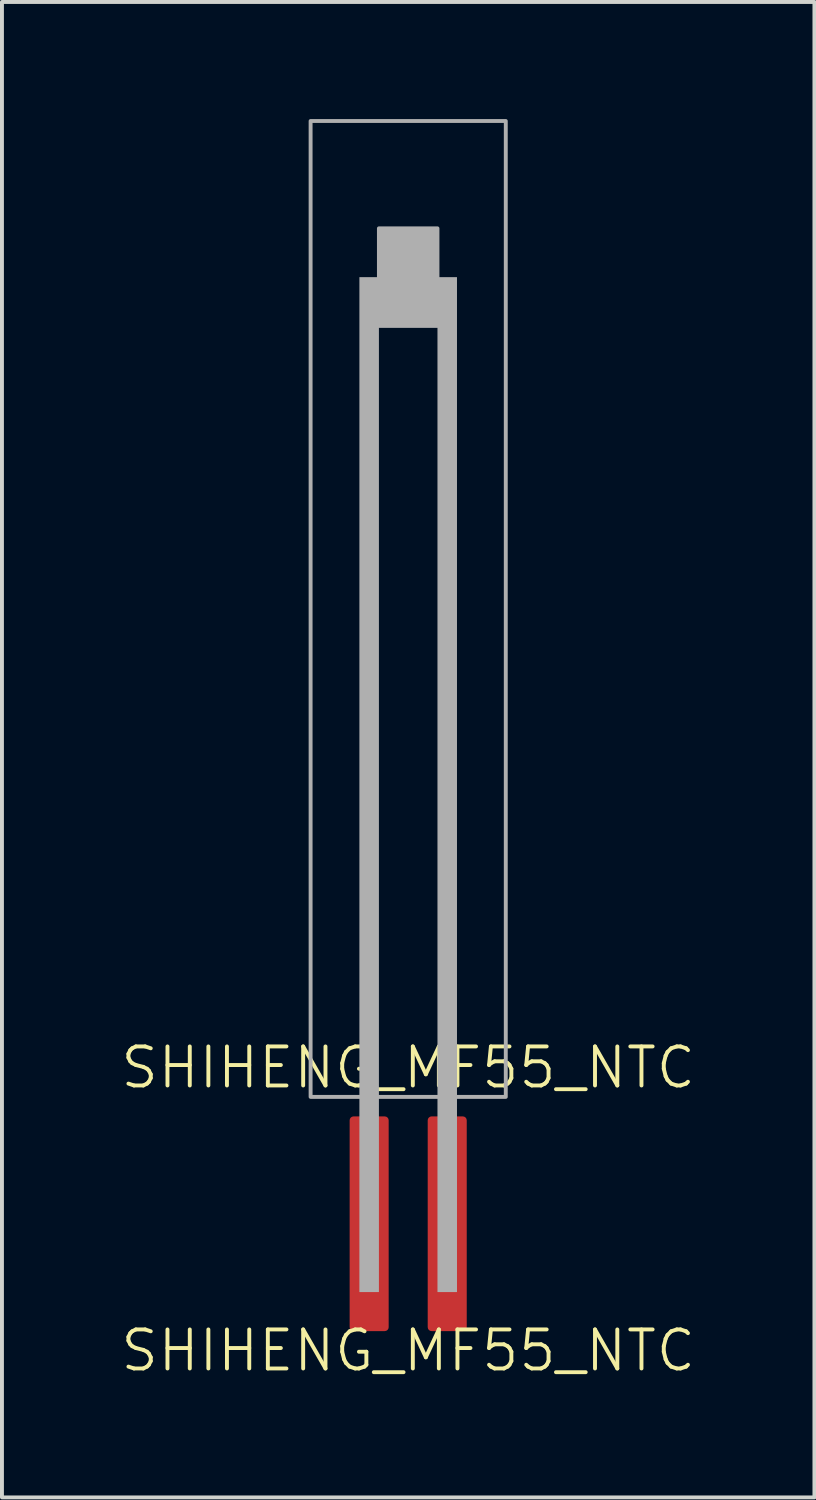
<source format=kicad_pcb>
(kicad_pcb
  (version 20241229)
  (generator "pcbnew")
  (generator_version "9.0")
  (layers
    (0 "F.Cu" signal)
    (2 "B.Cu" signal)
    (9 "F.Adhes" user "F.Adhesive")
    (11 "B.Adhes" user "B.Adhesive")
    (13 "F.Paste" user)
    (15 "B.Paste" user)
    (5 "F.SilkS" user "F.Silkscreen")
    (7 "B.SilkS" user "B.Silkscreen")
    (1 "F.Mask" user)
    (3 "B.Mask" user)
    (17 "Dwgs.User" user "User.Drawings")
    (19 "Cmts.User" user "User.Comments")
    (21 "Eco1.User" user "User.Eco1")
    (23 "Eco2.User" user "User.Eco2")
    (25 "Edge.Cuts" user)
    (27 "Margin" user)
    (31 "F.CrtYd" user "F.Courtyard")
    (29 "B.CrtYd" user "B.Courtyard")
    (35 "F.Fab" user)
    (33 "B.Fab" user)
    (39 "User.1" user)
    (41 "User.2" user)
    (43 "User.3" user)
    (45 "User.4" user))
  (footprint "SHIHENG_MF55_NTC"
    (layer "F.Cu")
    (at 7.407 29.05)
    (property "Reference" "SHIHENG_MF55_NTC" (at 0 -4.75 0) (unlocked yes) (layer "F.SilkS") (effects (font (size 1 1) (thickness 0.1))))
    (fp_rect (start -2.5 -29) (end 2.5 -4) (stroke (width 0.1) (type default)) (fill no) (layer "F.Fab"))
    (fp_rect (start -1.25 -25) (end -0.75 1) (stroke (width 0) (type solid)) (fill yes) (layer "F.Fab"))
    (fp_rect (start -0.75 -26.25) (end 0.75 -23.75) (stroke (width 0.1) (type solid)) (fill yes) (layer "F.Fab"))
    (fp_rect (start 0.75 -25) (end 1.25 1) (stroke (width 0) (type solid)) (fill yes) (layer "F.Fab"))
    (fp_text user "${REFERENCE}" (at 0 2.5 0) (unlocked yes) (layer "F.SilkS") (effects (font (size 1 1) (thickness 0.1))))
    (pad "1" smd roundrect (at -1 -0.75) (size 1 5.5) (layers "F.Cu" "F.Mask" "F.Paste") (roundrect_rratio 0.1))
    (pad "2" smd roundrect (at 1 -0.75) (size 1 5.5) (layers "F.Cu" "F.Mask" "F.Paste") (roundrect_rratio 0.1)))
  (gr_rect
    (start -3 -3)
    (end 17.814 35.31)
    (stroke (width 0.1) (type default))
    (fill no)
    (layer "Edge.Cuts")))
</source>
